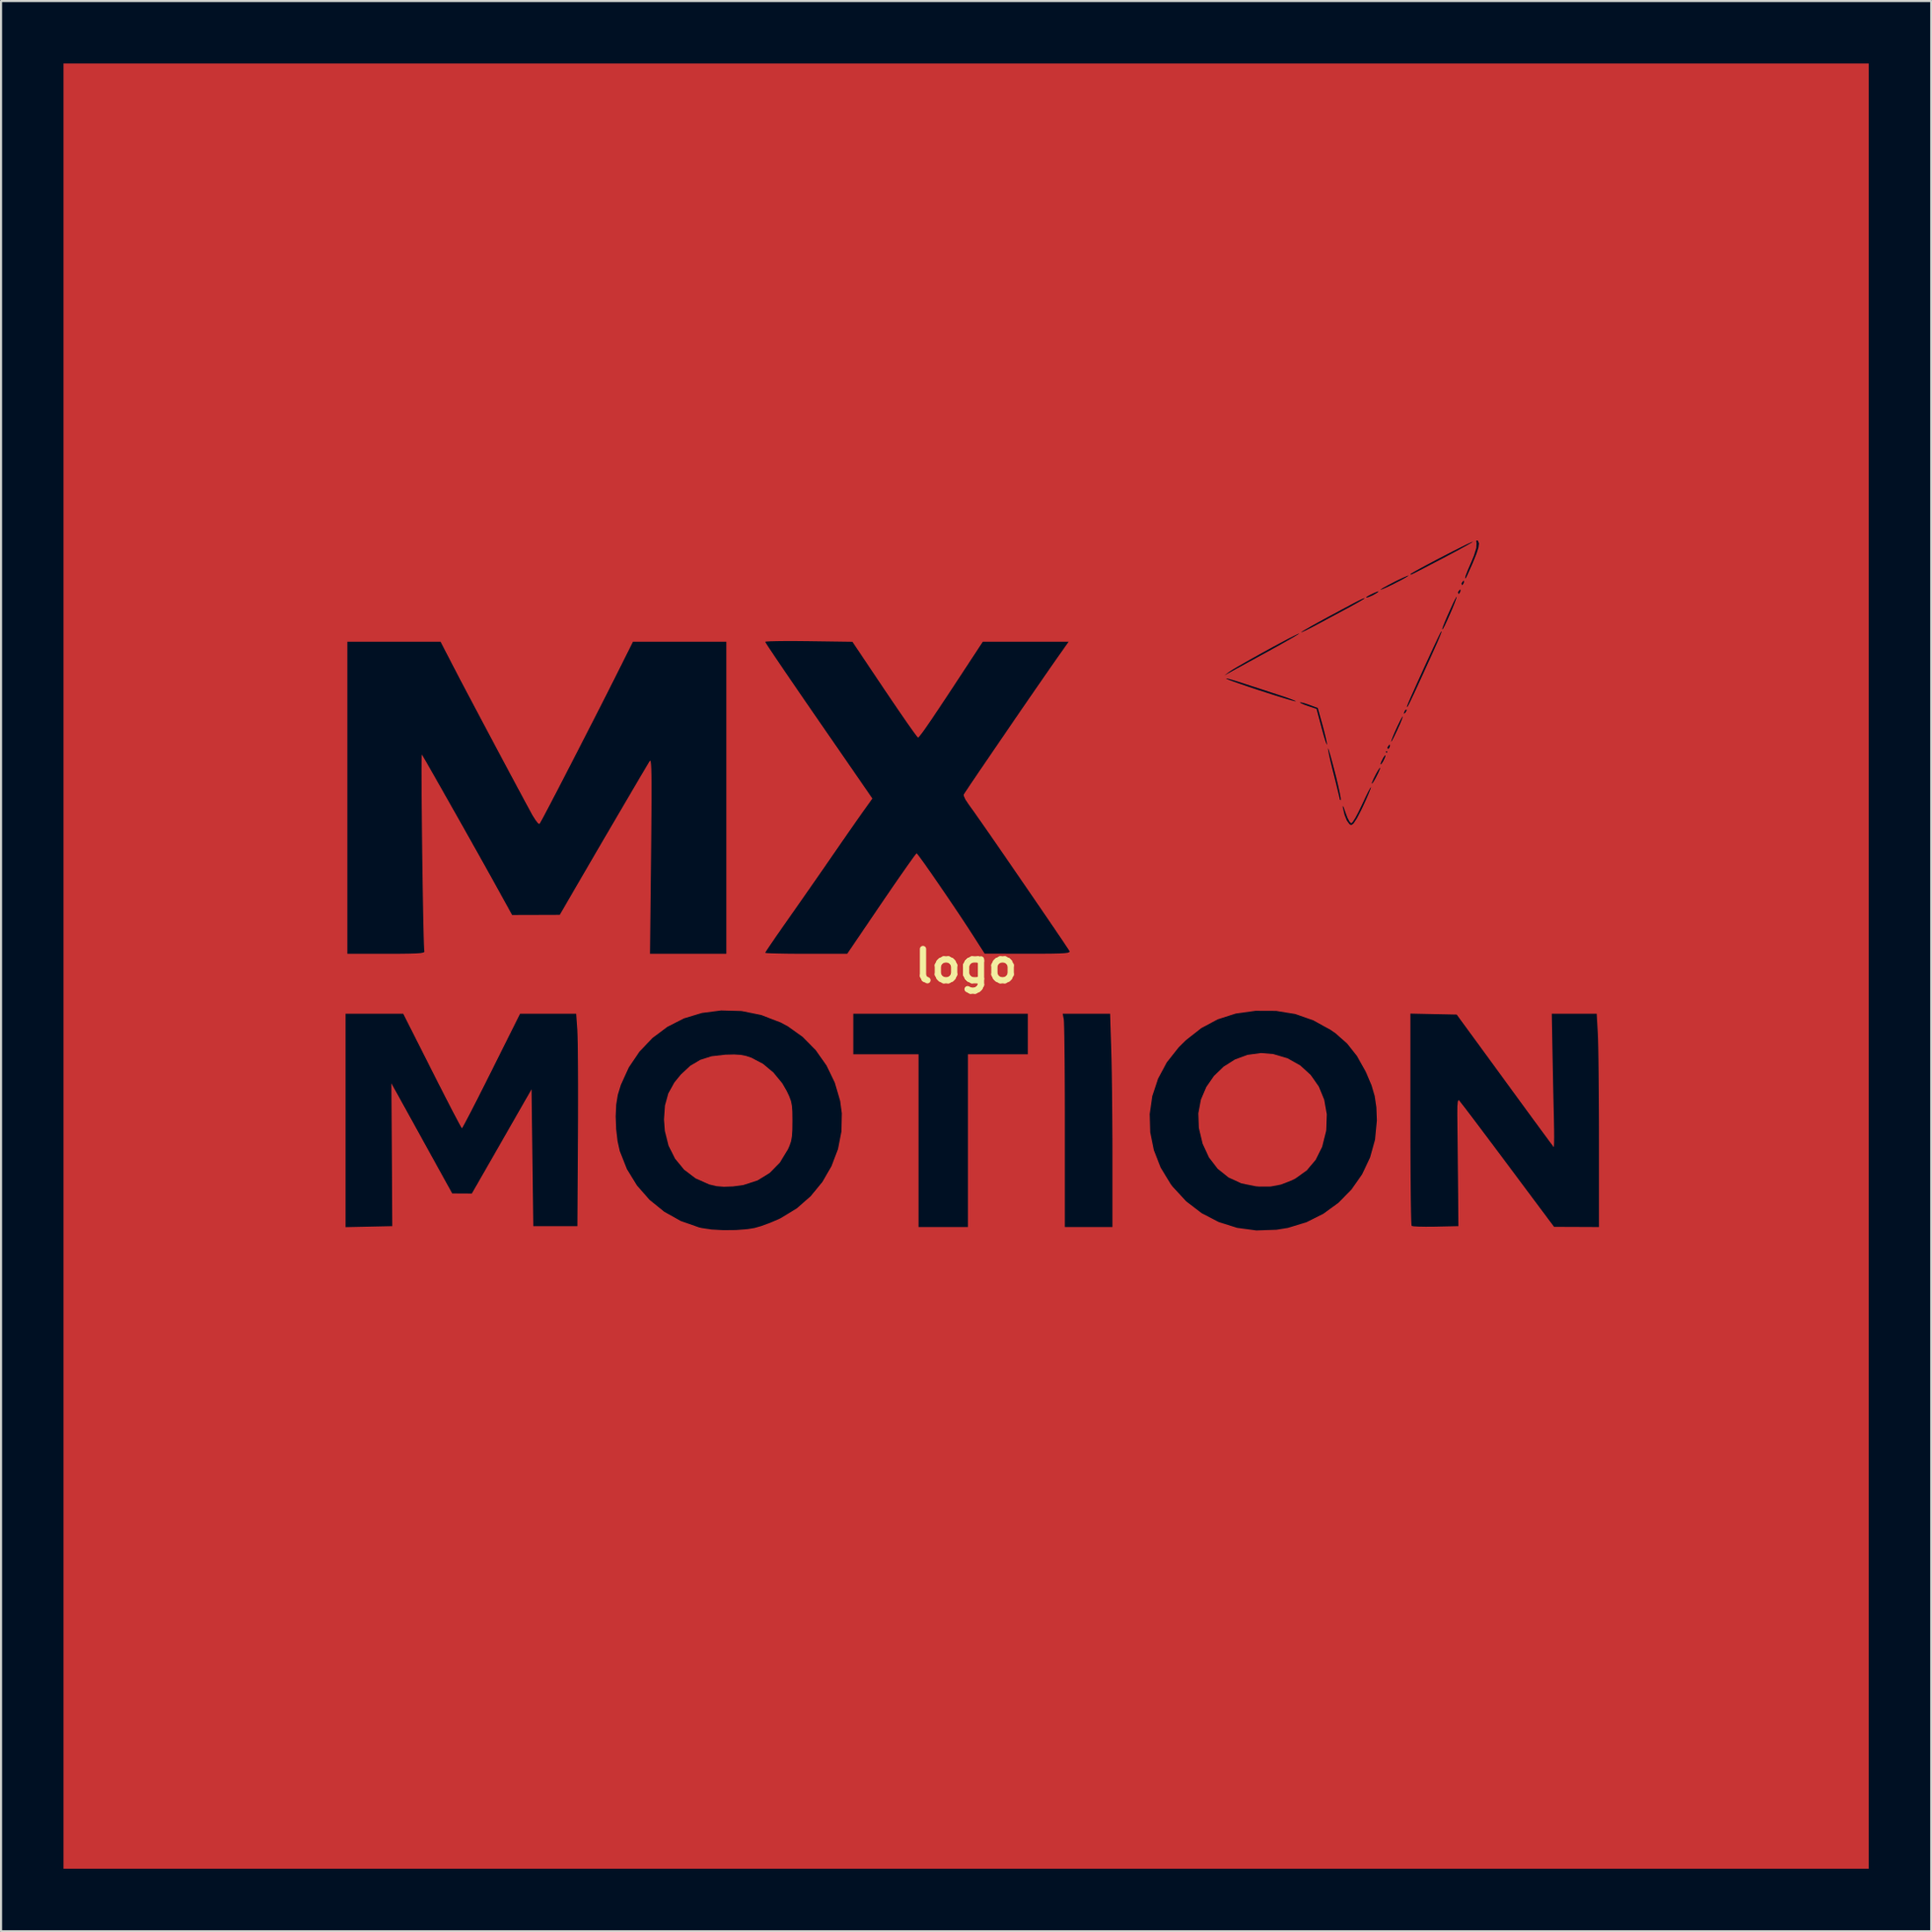
<source format=kicad_pcb>
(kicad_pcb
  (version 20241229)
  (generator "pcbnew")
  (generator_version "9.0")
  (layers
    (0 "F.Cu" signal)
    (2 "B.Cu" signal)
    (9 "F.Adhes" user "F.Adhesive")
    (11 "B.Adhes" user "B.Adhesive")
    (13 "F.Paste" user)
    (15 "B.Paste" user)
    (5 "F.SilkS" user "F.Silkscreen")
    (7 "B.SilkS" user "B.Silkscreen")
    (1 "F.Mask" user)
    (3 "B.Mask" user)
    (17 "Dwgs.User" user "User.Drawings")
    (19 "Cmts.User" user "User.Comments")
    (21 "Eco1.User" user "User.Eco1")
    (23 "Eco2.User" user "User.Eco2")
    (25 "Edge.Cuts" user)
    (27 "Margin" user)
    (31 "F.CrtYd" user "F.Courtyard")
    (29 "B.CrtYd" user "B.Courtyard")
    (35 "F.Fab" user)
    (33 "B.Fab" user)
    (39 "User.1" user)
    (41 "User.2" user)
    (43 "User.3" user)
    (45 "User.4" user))
  (footprint "logo"
    (layer "F.Cu")
    (at 43.349 43.349)
    (property "Reference" "logo" (at 0 0 0) (layer "F.SilkS") (effects (font (size 1.5 1.5) (thickness 0.3))))
    (attr board_only exclude_from_pos_files exclude_from_bom)
    (fp_poly (pts (xy 14.75 4.222) (xy 15.444 4.43) (xy 16.048 4.77) (xy 16.549 5.227) (xy 16.936 5.781) (xy 17.198 6.417) (xy 17.321 7.117) (xy 17.296 7.864) (xy 17.285 7.936) (xy 17.099 8.674) (xy 16.79 9.3) (xy 16.36 9.811) (xy 15.813 10.202) (xy 15.625 10.295) (xy 15.111 10.492) (xy 14.625 10.585) (xy 14.09 10.588) (xy 13.923 10.575) (xy 13.217 10.432) (xy 12.599 10.148) (xy 12.079 9.731) (xy 11.663 9.19) (xy 11.359 8.532) (xy 11.175 7.766) (xy 11.175 7.762) (xy 11.151 7.071) (xy 11.275 6.415) (xy 11.53 5.812) (xy 11.899 5.278) (xy 12.363 4.83) (xy 12.907 4.485) (xy 13.513 4.261) (xy 14.164 4.173)) (stroke (width 0) (type solid)) (fill yes) (layer "F.Cu"))
    (fp_poly (pts (xy -10.829 4.261) (xy -10.559 4.316) (xy -10.308 4.401) (xy -9.76 4.689) (xy -9.255 5.11) (xy -8.829 5.629) (xy -8.617 5.995) (xy -8.491 6.262) (xy -8.41 6.483) (xy -8.365 6.708) (xy -8.345 6.991) (xy -8.34 7.384) (xy -8.34 7.449) (xy -8.345 7.873) (xy -8.365 8.177) (xy -8.408 8.414) (xy -8.483 8.631) (xy -8.562 8.805) (xy -8.947 9.437) (xy -9.433 9.933) (xy -10.018 10.292) (xy -10.699 10.512) (xy -11.193 10.58) (xy -11.637 10.597) (xy -11.991 10.567) (xy -12.331 10.485) (xy -12.349 10.479) (xy -12.996 10.192) (xy -13.543 9.776) (xy -13.977 9.249) (xy -14.29 8.623) (xy -14.469 7.916) (xy -14.51 7.366) (xy -14.463 6.694) (xy -14.303 6.118) (xy -14.016 5.595) (xy -13.705 5.211) (xy -13.254 4.79) (xy -12.774 4.503) (xy -12.226 4.329) (xy -11.569 4.253) (xy -11.557 4.252) (xy -11.141 4.242)) (stroke (width 0) (type solid)) (fill yes) (layer "F.Cu"))
    (fp_poly (pts (xy 43.349 0) (xy 43.349 43.349) (xy 0 43.349) (xy -43.349 43.349) (xy -43.349 7.411) (xy -29.803 7.411) (xy -29.803 12.536) (xy -28.681 12.512) (xy -27.559 12.488) (xy -27.58 9.059) (xy -27.602 5.631) (xy -26.141 8.274) (xy -24.68 10.917) (xy -24.209 10.92) (xy -23.739 10.922) (xy -22.304 8.419) (xy -20.87 5.916) (xy -20.828 9.202) (xy -20.786 12.488) (xy -19.727 12.488) (xy -18.669 12.488) (xy -18.643 8.17) (xy -18.639 7.301) (xy -18.639 7.22) (xy -16.832 7.22) (xy -16.809 7.827) (xy -16.74 8.412) (xy -16.633 8.89) (xy -16.29 9.753) (xy -15.809 10.535) (xy -15.206 11.222) (xy -14.498 11.796) (xy -13.702 12.242) (xy -12.834 12.546) (xy -12.7 12.578) (xy -12.227 12.649) (xy -11.658 12.682) (xy -11.061 12.676) (xy -10.503 12.632) (xy -10.17 12.578) (xy -9.839 12.484) (xy -9.433 12.336) (xy -9.023 12.161) (xy -8.9 12.102) (xy -8.132 11.635) (xy -7.463 11.049) (xy -6.904 10.367) (xy -6.465 9.607) (xy -6.155 8.79) (xy -5.987 7.938) (xy -5.969 7.069) (xy -6.049 6.477) (xy -6.307 5.595) (xy -6.704 4.773) (xy -7.224 4.034) (xy -7.852 3.398) (xy -8.045 3.26) (xy -5.419 3.26) (xy -5.419 4.233) (xy -3.852 4.233) (xy -2.286 4.233) (xy -2.286 8.382) (xy -2.286 12.531) (xy -1.101 12.531) (xy 0.085 12.531) (xy 0.085 8.382) (xy 0.085 4.233) (xy 1.524 4.233) (xy 2.963 4.233) (xy 2.963 3.26) (xy 2.963 2.286) (xy 4.636 2.286) (xy 4.688 2.551) (xy 4.698 2.682) (xy 4.707 2.968) (xy 4.716 3.39) (xy 4.723 3.933) (xy 4.73 4.582) (xy 4.735 5.319) (xy 4.739 6.13) (xy 4.741 6.997) (xy 4.741 7.673) (xy 4.741 12.531) (xy 5.884 12.531) (xy 7.027 12.531) (xy 7.027 9.2) (xy 7.026 8.372) (xy 7.021 7.516) (xy 7.018 7.106) (xy 8.816 7.106) (xy 8.841 7.979) (xy 9.017 8.842) (xy 9.344 9.678) (xy 9.824 10.467) (xy 9.919 10.593) (xy 10.569 11.297) (xy 11.312 11.865) (xy 12.131 12.291) (xy 13.012 12.569) (xy 13.94 12.695) (xy 14.9 12.662) (xy 15.452 12.572) (xy 16.342 12.302) (xy 17.157 11.894) (xy 17.883 11.364) (xy 18.507 10.728) (xy 19.017 10.001) (xy 19.398 9.198) (xy 19.64 8.336) (xy 19.727 7.43) (xy 19.727 7.395) (xy 19.726 7.349) (xy 21.336 7.349) (xy 21.337 8.261) (xy 21.34 9.121) (xy 21.344 9.916) (xy 21.35 10.631) (xy 21.357 11.25) (xy 21.365 11.759) (xy 21.374 12.143) (xy 21.384 12.387) (xy 21.395 12.477) (xy 21.497 12.497) (xy 21.735 12.51) (xy 22.074 12.516) (xy 22.482 12.513) (xy 22.548 12.512) (xy 23.643 12.488) (xy 23.622 10.202) (xy 23.615 9.547) (xy 23.609 8.904) (xy 23.603 8.304) (xy 23.597 7.782) (xy 23.593 7.37) (xy 23.59 7.14) (xy 23.593 6.742) (xy 23.614 6.505) (xy 23.654 6.432) (xy 23.664 6.438) (xy 23.731 6.519) (xy 23.889 6.722) (xy 24.126 7.032) (xy 24.432 7.436) (xy 24.796 7.92) (xy 25.208 8.468) (xy 25.658 9.068) (xy 25.993 9.516) (xy 28.236 12.522) (xy 29.316 12.526) (xy 30.395 12.531) (xy 30.395 8.361) (xy 30.394 7.498) (xy 30.39 6.655) (xy 30.385 5.854) (xy 30.378 5.117) (xy 30.37 4.464) (xy 30.361 3.917) (xy 30.35 3.498) (xy 30.34 3.239) (xy 30.285 2.286) (xy 29.205 2.286) (xy 28.125 2.286) (xy 28.16 4.17) (xy 28.173 4.828) (xy 28.187 5.532) (xy 28.202 6.227) (xy 28.217 6.861) (xy 28.229 7.381) (xy 28.229 7.394) (xy 28.238 7.844) (xy 28.241 8.224) (xy 28.237 8.508) (xy 28.228 8.666) (xy 28.219 8.69) (xy 28.162 8.614) (xy 28.015 8.416) (xy 27.788 8.108) (xy 27.492 7.705) (xy 27.136 7.22) (xy 26.731 6.666) (xy 26.286 6.058) (xy 25.869 5.487) (xy 23.562 2.328) (xy 22.449 2.305) (xy 21.336 2.281) (xy 21.336 7.349) (xy 19.726 7.349) (xy 19.704 6.777) (xy 19.625 6.243) (xy 19.472 5.726) (xy 19.232 5.157) (xy 19.175 5.038) (xy 18.766 4.31) (xy 18.297 3.717) (xy 17.744 3.228) (xy 17.505 3.062) (xy 16.669 2.602) (xy 15.803 2.3) (xy 14.888 2.15) (xy 13.9 2.146) (xy 13.9 2.146) (xy 12.951 2.279) (xy 12.088 2.554) (xy 11.294 2.978) (xy 10.556 3.556) (xy 10.21 3.899) (xy 9.639 4.621) (xy 9.216 5.409) (xy 8.941 6.243) (xy 8.816 7.106) (xy 7.018 7.106) (xy 7.014 6.667) (xy 7.005 5.858) (xy 6.995 5.124) (xy 6.983 4.496) (xy 6.972 4.078) (xy 6.916 2.286) (xy 5.776 2.286) (xy 4.636 2.286) (xy 2.963 2.286) (xy -1.228 2.286) (xy -5.419 2.286) (xy -5.419 3.26) (xy -8.045 3.26) (xy -8.57 2.886) (xy -8.899 2.711) (xy -9.835 2.35) (xy -10.788 2.156) (xy -11.765 2.129) (xy -12.682 2.249) (xy -13.547 2.509) (xy -14.347 2.916) (xy -15.066 3.454) (xy -15.689 4.108) (xy -16.2 4.862) (xy -16.583 5.702) (xy -16.729 6.181) (xy -16.806 6.651) (xy -16.832 7.22) (xy -18.639 7.22) (xy -18.638 6.458) (xy -18.638 5.663) (xy -18.641 4.935) (xy -18.646 4.294) (xy -18.652 3.759) (xy -18.661 3.352) (xy -18.671 3.091) (xy -18.672 3.069) (xy -18.727 2.286) (xy -20.074 2.286) (xy -21.421 2.286) (xy -22.796 5.038) (xy -23.112 5.667) (xy -23.404 6.245) (xy -23.664 6.756) (xy -23.884 7.182) (xy -24.055 7.508) (xy -24.168 7.715) (xy -24.214 7.788) (xy -24.261 7.714) (xy -24.374 7.507) (xy -24.547 7.181) (xy -24.769 6.755) (xy -25.031 6.244) (xy -25.326 5.667) (xy -25.645 5.038) (xy -25.646 5.036) (xy -27.035 2.286) (xy -28.419 2.286) (xy -29.803 2.286) (xy -29.803 7.411) (xy -43.349 7.411) (xy -43.349 0) (xy -43.349 -8.086) (xy -29.718 -8.086) (xy -29.718 -0.593) (xy -27.846 -0.593) (xy -27.226 -0.594) (xy -26.756 -0.6) (xy -26.419 -0.61) (xy -26.196 -0.627) (xy -26.069 -0.651) (xy -26.019 -0.683) (xy -26.019 -0.709) (xy -26.029 -0.814) (xy -26.04 -1.066) (xy -26.052 -1.447) (xy -26.064 -1.938) (xy -26.076 -2.522) (xy -26.088 -3.18) (xy -26.1 -3.893) (xy -26.111 -4.643) (xy -26.122 -5.412) (xy -26.131 -6.182) (xy -26.139 -6.934) (xy -26.146 -7.649) (xy -26.151 -8.31) (xy -26.154 -8.899) (xy -26.155 -9.396) (xy -26.154 -9.783) (xy -26.149 -10.043) (xy -26.142 -10.157) (xy -26.14 -10.16) (xy -26.089 -10.078) (xy -25.965 -9.866) (xy -25.778 -9.541) (xy -25.538 -9.12) (xy -25.254 -8.621) (xy -24.937 -8.061) (xy -24.596 -7.458) (xy -24.241 -6.829) (xy -23.883 -6.191) (xy -23.53 -5.563) (xy -23.192 -4.96) (xy -22.88 -4.401) (xy -22.603 -3.903) (xy -22.517 -3.747) (xy -21.803 -2.455) (xy -20.659 -2.458) (xy -19.516 -2.462) (xy -18.916 -3.496) (xy -18.508 -4.197) (xy -18.088 -4.918) (xy -17.665 -5.645) (xy -17.246 -6.362) (xy -16.843 -7.052) (xy -16.463 -7.701) (xy -16.115 -8.294) (xy -15.81 -8.814) (xy -15.555 -9.246) (xy -15.36 -9.574) (xy -15.235 -9.784) (xy -15.191 -9.854) (xy -15.167 -9.865) (xy -15.147 -9.812) (xy -15.132 -9.685) (xy -15.12 -9.474) (xy -15.112 -9.165) (xy -15.108 -8.748) (xy -15.108 -8.213) (xy -15.111 -7.547) (xy -15.117 -6.739) (xy -15.126 -5.778) (xy -15.131 -5.304) (xy -15.182 -0.593) (xy -13.349 -0.593) (xy -11.515 -0.593) (xy -11.515 -8.086) (xy -11.515 -15.573) (xy -9.652 -15.573) (xy -9.605 -15.494) (xy -9.471 -15.288) (xy -9.258 -14.969) (xy -8.975 -14.55) (xy -8.631 -14.044) (xy -8.234 -13.464) (xy -7.794 -12.822) (xy -7.32 -12.133) (xy -7.077 -11.78) (xy -4.501 -8.049) (xy -4.943 -7.432) (xy -5.128 -7.171) (xy -5.386 -6.803) (xy -5.695 -6.36) (xy -6.032 -5.874) (xy -6.374 -5.378) (xy -6.434 -5.292) (xy -6.833 -4.713) (xy -7.291 -4.053) (xy -7.768 -3.368) (xy -8.225 -2.714) (xy -8.567 -2.227) (xy -8.881 -1.779) (xy -9.16 -1.378) (xy -9.388 -1.044) (xy -9.554 -0.799) (xy -9.641 -0.661) (xy -9.652 -0.64) (xy -9.571 -0.626) (xy -9.345 -0.614) (xy -8.996 -0.605) (xy -8.548 -0.597) (xy -8.025 -0.593) (xy -7.682 -0.593) (xy -5.711 -0.593) (xy -4.071 -3.006) (xy -3.685 -3.572) (xy -3.329 -4.091) (xy -3.012 -4.546) (xy -2.748 -4.922) (xy -2.547 -5.203) (xy -2.42 -5.372) (xy -2.38 -5.417) (xy -2.318 -5.349) (xy -2.176 -5.161) (xy -1.968 -4.872) (xy -1.708 -4.502) (xy -1.41 -4.072) (xy -1.088 -3.603) (xy -0.755 -3.113) (xy -0.426 -2.624) (xy -0.114 -2.155) (xy 0.166 -1.727) (xy 0.309 -1.506) (xy 0.889 -0.599) (xy 2.951 -0.596) (xy 3.604 -0.596) (xy 4.105 -0.6) (xy 4.473 -0.608) (xy 4.726 -0.622) (xy 4.88 -0.642) (xy 4.956 -0.671) (xy 4.969 -0.707) (xy 4.968 -0.712) (xy 4.912 -0.804) (xy 4.771 -1.018) (xy 4.556 -1.339) (xy 4.278 -1.749) (xy 3.949 -2.233) (xy 3.579 -2.775) (xy 3.181 -3.357) (xy 2.765 -3.963) (xy 2.342 -4.578) (xy 1.925 -5.184) (xy 1.523 -5.766) (xy 1.149 -6.307) (xy 0.813 -6.79) (xy 0.527 -7.199) (xy 0.303 -7.517) (xy 0.213 -7.642) (xy 18.086 -7.642) (xy 18.089 -7.62) (xy 18.173 -7.266) (xy 18.287 -6.984) (xy 18.414 -6.811) (xy 18.501 -6.773) (xy 18.608 -6.854) (xy 18.766 -7.095) (xy 18.975 -7.496) (xy 19.059 -7.673) (xy 19.221 -8.027) (xy 19.348 -8.321) (xy 19.428 -8.524) (xy 19.448 -8.605) (xy 19.403 -8.545) (xy 19.304 -8.361) (xy 19.165 -8.079) (xy 19.01 -7.747) (xy 18.84 -7.396) (xy 18.686 -7.111) (xy 18.564 -6.921) (xy 18.495 -6.858) (xy 18.416 -6.932) (xy 18.313 -7.127) (xy 18.214 -7.387) (xy 18.137 -7.605) (xy 18.091 -7.695) (xy 18.086 -7.642) (xy 0.213 -7.642) (xy 0.15 -7.729) (xy 0.114 -7.779) (xy -0.032 -7.999) (xy -0.11 -8.175) (xy -0.112 -8.244) (xy -0.036 -8.362) (xy 0.124 -8.603) (xy 0.356 -8.948) (xy 0.65 -9.382) (xy 0.994 -9.886) (xy 1.375 -10.445) (xy 1.386 -10.462) (xy 17.376 -10.462) (xy 17.384 -10.372) (xy 17.428 -10.148) (xy 17.502 -9.82) (xy 17.599 -9.418) (xy 17.645 -9.236) (xy 17.753 -8.809) (xy 17.844 -8.442) (xy 17.911 -8.166) (xy 17.946 -8.01) (xy 17.949 -7.988) (xy 17.989 -7.97) (xy 17.994 -7.975) (xy 17.99 -8.068) (xy 17.949 -8.296) (xy 17.877 -8.628) (xy 17.845 -8.763) (xy 19.481 -8.763) (xy 19.516 -8.781) (xy 19.605 -8.917) (xy 19.685 -9.059) (xy 19.802 -9.294) (xy 19.876 -9.471) (xy 19.889 -9.525) (xy 19.854 -9.507) (xy 19.765 -9.371) (xy 19.685 -9.229) (xy 19.568 -8.994) (xy 19.494 -8.817) (xy 19.481 -8.763) (xy 17.845 -8.763) (xy 17.781 -9.035) (xy 17.725 -9.258) (xy 17.614 -9.685) (xy 17.612 -9.694) (xy 19.903 -9.694) (xy 19.937 -9.695) (xy 20.02 -9.815) (xy 20.024 -9.821) (xy 20.112 -10.004) (xy 20.145 -10.118) (xy 20.11 -10.117) (xy 20.027 -9.997) (xy 20.024 -9.991) (xy 19.935 -9.808) (xy 19.903 -9.694) (xy 17.612 -9.694) (xy 17.516 -10.044) (xy 17.444 -10.287) (xy 20.151 -10.287) (xy 20.193 -10.245) (xy 20.235 -10.287) (xy 20.193 -10.329) (xy 20.151 -10.287) (xy 17.444 -10.287) (xy 17.438 -10.307) (xy 17.388 -10.447) (xy 17.376 -10.462) (xy 1.386 -10.462) (xy 1.408 -10.494) (xy 20.235 -10.494) (xy 20.263 -10.417) (xy 20.325 -10.484) (xy 20.352 -10.545) (xy 20.358 -10.633) (xy 20.319 -10.625) (xy 20.238 -10.517) (xy 20.235 -10.494) (xy 1.408 -10.494) (xy 1.782 -11.04) (xy 2.203 -11.656) (xy 2.627 -12.274) (xy 2.899 -12.669) (xy 16.027 -12.669) (xy 16.079 -12.625) (xy 16.25 -12.55) (xy 16.41 -12.494) (xy 16.829 -12.354) (xy 17.067 -11.455) (xy 17.164 -11.103) (xy 17.247 -10.83) (xy 17.306 -10.666) (xy 17.331 -10.634) (xy 17.321 -10.744) (xy 17.315 -10.773) (xy 20.41 -10.773) (xy 20.445 -10.814) (xy 20.533 -10.978) (xy 20.658 -11.233) (xy 20.707 -11.337) (xy 20.839 -11.63) (xy 20.931 -11.858) (xy 20.969 -11.983) (xy 20.968 -11.995) (xy 20.923 -11.94) (xy 20.834 -11.772) (xy 20.72 -11.535) (xy 20.6 -11.272) (xy 20.496 -11.028) (xy 20.427 -10.845) (xy 20.41 -10.773) (xy 17.315 -10.773) (xy 17.272 -10.979) (xy 17.193 -11.3) (xy 17.124 -11.556) (xy 16.968 -12.118) (xy 21.019 -12.118) (xy 21.081 -12.158) (xy 21.093 -12.169) (xy 21.159 -12.28) (xy 21.15 -12.321) (xy 21.087 -12.296) (xy 21.045 -12.217) (xy 21.019 -12.118) (xy 16.968 -12.118) (xy 16.89 -12.399) (xy 16.699 -12.47) (xy 21.167 -12.47) (xy 21.174 -12.442) (xy 21.202 -12.469) (xy 21.257 -12.566) (xy 21.349 -12.75) (xy 21.485 -13.037) (xy 21.673 -13.442) (xy 21.921 -13.983) (xy 21.973 -14.097) (xy 22.261 -14.729) (xy 22.484 -15.221) (xy 22.647 -15.587) (xy 22.756 -15.842) (xy 22.818 -15.999) (xy 22.838 -16.073) (xy 22.822 -16.076) (xy 22.814 -16.069) (xy 22.765 -15.98) (xy 22.659 -15.763) (xy 22.508 -15.446) (xy 22.326 -15.055) (xy 22.123 -14.617) (xy 21.913 -14.159) (xy 21.708 -13.707) (xy 21.519 -13.288) (xy 21.359 -12.929) (xy 21.24 -12.657) (xy 21.175 -12.498) (xy 21.167 -12.47) (xy 16.699 -12.47) (xy 16.477 -12.552) (xy 16.238 -12.632) (xy 16.072 -12.671) (xy 16.027 -12.669) (xy 2.899 -12.669) (xy 3.042 -12.877) (xy 3.437 -13.449) (xy 3.689 -13.813) (xy 12.49 -13.813) (xy 12.498 -13.804) (xy 12.6 -13.755) (xy 12.835 -13.667) (xy 13.17 -13.549) (xy 13.576 -13.41) (xy 14.022 -13.262) (xy 14.478 -13.115) (xy 14.913 -12.977) (xy 15.297 -12.858) (xy 15.599 -12.77) (xy 15.789 -12.722) (xy 15.833 -12.716) (xy 15.811 -12.74) (xy 15.655 -12.806) (xy 15.392 -12.901) (xy 15.113 -12.995) (xy 14.375 -13.237) (xy 13.784 -13.43) (xy 13.324 -13.579) (xy 12.981 -13.688) (xy 12.741 -13.761) (xy 12.589 -13.803) (xy 12.51 -13.819) (xy 12.49 -13.813) (xy 3.689 -13.813) (xy 3.788 -13.957) (xy 12.404 -13.957) (xy 12.615 -14.076) (xy 12.751 -14.151) (xy 13.01 -14.294) (xy 13.367 -14.49) (xy 13.796 -14.725) (xy 14.271 -14.985) (xy 14.415 -15.064) (xy 14.883 -15.322) (xy 15.296 -15.554) (xy 15.633 -15.746) (xy 15.872 -15.888) (xy 15.992 -15.965) (xy 16.002 -15.975) (xy 15.933 -15.953) (xy 15.741 -15.861) (xy 15.452 -15.713) (xy 15.091 -15.521) (xy 14.682 -15.3) (xy 14.251 -15.064) (xy 13.822 -14.826) (xy 13.42 -14.599) (xy 13.071 -14.399) (xy 12.798 -14.237) (xy 12.628 -14.128) (xy 12.606 -14.112) (xy 12.404 -13.957) (xy 3.788 -13.957) (xy 3.799 -13.973) (xy 4.116 -14.431) (xy 4.378 -14.806) (xy 4.46 -14.922) (xy 4.922 -15.579) (xy 2.861 -15.579) (xy 0.8 -15.579) (xy -0.297 -13.906) (xy -0.818 -13.113) (xy -1.254 -12.456) (xy -1.608 -11.928) (xy -1.885 -11.523) (xy -2.09 -11.234) (xy -2.227 -11.055) (xy -2.301 -10.978) (xy -2.309 -10.974) (xy -2.368 -11.039) (xy -2.509 -11.229) (xy -2.722 -11.527) (xy -2.993 -11.917) (xy -3.312 -12.382) (xy -3.668 -12.907) (xy -3.913 -13.27) (xy -5.461 -15.576) (xy -7.556 -15.605) (xy -8.132 -15.611) (xy -8.647 -15.612) (xy -9.079 -15.607) (xy -9.405 -15.599) (xy -9.602 -15.586) (xy -9.652 -15.573) (xy -11.515 -15.573) (xy -11.515 -15.579) (xy -13.758 -15.579) (xy -16.001 -15.579) (xy -16.817 -13.949) (xy -17.087 -13.412) (xy -17.39 -12.811) (xy -17.719 -12.164) (xy -18.065 -11.487) (xy -18.418 -10.798) (xy -18.769 -10.113) (xy -19.111 -9.45) (xy -19.434 -8.825) (xy -19.73 -8.255) (xy -19.99 -7.758) (xy -20.204 -7.35) (xy -20.365 -7.049) (xy -20.464 -6.87) (xy -20.49 -6.829) (xy -20.559 -6.861) (xy -20.68 -7.014) (xy -20.829 -7.254) (xy -20.851 -7.294) (xy -21.073 -7.702) (xy -21.359 -8.234) (xy -21.696 -8.861) (xy -22.069 -9.558) (xy -22.464 -10.298) (xy -22.866 -11.054) (xy -23.262 -11.799) (xy -23.636 -12.506) (xy -23.976 -13.149) (xy -24.266 -13.7) (xy -24.492 -14.134) (xy -24.506 -14.161) (xy -25.24 -15.579) (xy -27.479 -15.579) (xy -29.718 -15.579) (xy -29.718 -8.086) (xy -43.349 -8.086) (xy -43.349 -16.032) (xy 16.087 -16.032) (xy 16.156 -16.051) (xy 16.341 -16.137) (xy 16.421 -16.178) (xy 22.863 -16.178) (xy 22.896 -16.187) (xy 22.987 -16.351) (xy 23.135 -16.667) (xy 23.331 -17.116) (xy 23.453 -17.413) (xy 23.534 -17.63) (xy 23.563 -17.736) (xy 23.552 -17.738) (xy 23.49 -17.632) (xy 23.384 -17.416) (xy 23.253 -17.133) (xy 23.116 -16.825) (xy 22.993 -16.536) (xy 22.903 -16.308) (xy 22.863 -16.184) (xy 22.863 -16.178) (xy 16.421 -16.178) (xy 16.613 -16.275) (xy 16.828 -16.388) (xy 17.253 -16.617) (xy 17.743 -16.88) (xy 18.211 -17.131) (xy 18.352 -17.206) (xy 18.674 -17.382) (xy 18.932 -17.529) (xy 19.094 -17.629) (xy 19.135 -17.663) (xy 19.118 -17.671) (xy 19.056 -17.65) (xy 18.932 -17.593) (xy 18.73 -17.491) (xy 18.433 -17.335) (xy 18.024 -17.117) (xy 17.488 -16.829) (xy 17.335 -16.747) (xy 16.922 -16.522) (xy 16.567 -16.324) (xy 16.293 -16.167) (xy 16.127 -16.064) (xy 16.087 -16.032) (xy -43.349 -16.032) (xy -43.349 -17.692) (xy 19.218 -17.692) (xy 19.323 -17.718) (xy 19.5 -17.793) (xy 19.562 -17.825) (xy 19.732 -17.924) (xy 19.756 -17.944) (xy 23.622 -17.944) (xy 23.649 -17.867) (xy 23.712 -17.935) (xy 23.739 -17.996) (xy 23.745 -18.083) (xy 23.706 -18.076) (xy 23.625 -17.967) (xy 23.622 -17.944) (xy 19.756 -17.944) (xy 19.811 -17.992) (xy 19.812 -17.996) (xy 19.748 -17.986) (xy 19.595 -17.924) (xy 19.414 -17.838) (xy 19.267 -17.756) (xy 19.226 -17.727) (xy 19.218 -17.692) (xy -43.349 -17.692) (xy -43.349 -18.074) (xy 19.897 -18.074) (xy 19.966 -18.091) (xy 20.153 -18.17) (xy 20.423 -18.298) (xy 20.564 -18.368) (xy 23.791 -18.368) (xy 23.819 -18.291) (xy 23.881 -18.358) (xy 23.908 -18.419) (xy 23.914 -18.507) (xy 23.875 -18.499) (xy 23.794 -18.391) (xy 23.791 -18.368) (xy 20.564 -18.368) (xy 20.574 -18.373) (xy 20.874 -18.528) (xy 21.051 -18.626) (xy 23.96 -18.626) (xy 23.998 -18.636) (xy 24.046 -18.725) (xy 24.142 -18.934) (xy 24.271 -19.224) (xy 24.337 -19.377) (xy 24.51 -19.803) (xy 24.606 -20.104) (xy 24.63 -20.301) (xy 24.587 -20.418) (xy 24.55 -20.449) (xy 24.497 -20.431) (xy 24.513 -20.301) (xy 24.501 -20.081) (xy 24.392 -19.727) (xy 24.262 -19.412) (xy 24.088 -19.006) (xy 23.988 -18.746) (xy 23.96 -18.626) (xy 21.051 -18.626) (xy 21.106 -18.656) (xy 21.235 -18.738) (xy 21.251 -18.756) (xy 21.182 -18.739) (xy 20.995 -18.66) (xy 20.725 -18.532) (xy 20.574 -18.457) (xy 20.274 -18.302) (xy 20.042 -18.174) (xy 19.913 -18.092) (xy 19.897 -18.074) (xy -43.349 -18.074) (xy -43.349 -18.824) (xy 21.336 -18.824) (xy 21.336 -18.806) (xy 21.349 -18.8) (xy 21.393 -18.813) (xy 21.487 -18.856) (xy 21.651 -18.938) (xy 21.902 -19.068) (xy 22.26 -19.255) (xy 22.744 -19.508) (xy 22.919 -19.599) (xy 23.365 -19.835) (xy 23.753 -20.045) (xy 24.061 -20.214) (xy 24.265 -20.333) (xy 24.343 -20.387) (xy 24.343 -20.389) (xy 24.263 -20.361) (xy 24.062 -20.268) (xy 23.766 -20.122) (xy 23.405 -19.94) (xy 23.005 -19.734) (xy 22.593 -19.52) (xy 22.199 -19.311) (xy 21.848 -19.123) (xy 21.569 -18.969) (xy 21.39 -18.864) (xy 21.336 -18.824) (xy -43.349 -18.824) (xy -43.349 -43.349) (xy 0 -43.349) (xy 43.349 -43.349)) (stroke (width 0) (type solid)) (fill yes) (layer "F.Cu")))
  (gr_rect
    (start -3 -3)
    (end 89.699 89.699)
    (stroke (width 0.1) (type default))
    (fill no)
    (layer "Edge.Cuts")))
</source>
